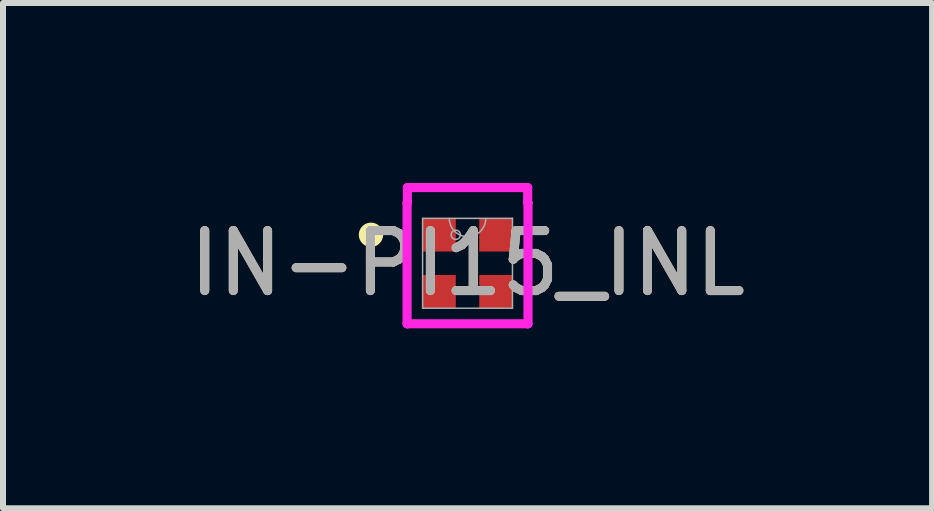
<source format=kicad_pcb>
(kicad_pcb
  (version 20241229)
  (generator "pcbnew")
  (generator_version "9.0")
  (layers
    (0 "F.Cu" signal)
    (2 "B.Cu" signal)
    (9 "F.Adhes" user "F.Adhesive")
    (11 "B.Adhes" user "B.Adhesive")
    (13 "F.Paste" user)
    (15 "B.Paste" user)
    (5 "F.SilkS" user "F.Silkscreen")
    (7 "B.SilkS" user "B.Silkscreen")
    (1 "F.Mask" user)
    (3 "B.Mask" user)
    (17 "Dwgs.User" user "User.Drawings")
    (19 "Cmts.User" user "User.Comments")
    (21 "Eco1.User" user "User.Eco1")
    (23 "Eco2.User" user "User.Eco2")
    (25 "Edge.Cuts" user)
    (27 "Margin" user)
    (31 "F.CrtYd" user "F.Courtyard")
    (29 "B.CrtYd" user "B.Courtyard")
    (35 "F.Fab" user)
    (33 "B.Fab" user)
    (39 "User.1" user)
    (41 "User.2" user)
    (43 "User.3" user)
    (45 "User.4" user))
  (footprint "IN-PI15_INL"
    (layer "F.Cu")
    (at 4.744 1.339)
    (property "Reference" "IN-PI15_INL" (at 0 0 0) (unlocked yes) (layer "F.SilkS") (effects (font (size 1 1) (thickness 0.15))))
    (attr smd)
    (fp_circle (center -1.61 -0.475) (end -1.483 -0.475) (stroke (width 0.152) (type solid)) (fill no) (layer "F.SilkS"))
    (fp_line (start -1.008 -1.008) (end -1.003 -1.008) (stroke (width 0.152) (type solid)) (layer "F.CrtYd"))
    (fp_line (start -1.008 1.008) (end -1.008 -1.008) (stroke (width 0.152) (type solid)) (layer "F.CrtYd"))
    (fp_line (start -1.008 1.008) (end -1.003 1.008) (stroke (width 0.152) (type solid)) (layer "F.CrtYd"))
    (fp_line (start -1.003 -1.262) (end 1.003 -1.262) (stroke (width 0.152) (type solid)) (layer "F.CrtYd"))
    (fp_line (start -1.003 -1.008) (end -1.003 -1.262) (stroke (width 0.152) (type solid)) (layer "F.CrtYd"))
    (fp_line (start -1.003 1.008) (end -1.003 1.008) (stroke (width 0.152) (type solid)) (layer "F.CrtYd"))
    (fp_line (start 1.003 -1.262) (end 1.003 -1.008) (stroke (width 0.152) (type solid)) (layer "F.CrtYd"))
    (fp_line (start 1.003 1.008) (end -1.003 1.008) (stroke (width 0.152) (type solid)) (layer "F.CrtYd"))
    (fp_line (start 1.003 1.008) (end 1.003 1.008) (stroke (width 0.152) (type solid)) (layer "F.CrtYd"))
    (fp_line (start 1.008 -1.008) (end 1.003 -1.008) (stroke (width 0.152) (type solid)) (layer "F.CrtYd"))
    (fp_line (start 1.008 -1.008) (end 1.008 1.008) (stroke (width 0.152) (type solid)) (layer "F.CrtYd"))
    (fp_line (start 1.008 1.008) (end 1.003 1.008) (stroke (width 0.152) (type solid)) (layer "F.CrtYd"))
    (fp_line (start -0.749 -0.749) (end -0.749 0.749) (stroke (width 0.025) (type solid)) (layer "F.Fab"))
    (fp_line (start -0.749 0.749) (end 0.749 0.749) (stroke (width 0.025) (type solid)) (layer "F.Fab"))
    (fp_line (start 0.749 -0.749) (end -0.749 -0.749) (stroke (width 0.025) (type solid)) (layer "F.Fab"))
    (fp_line (start 0.749 0.749) (end 0.749 -0.749) (stroke (width 0.025) (type solid)) (layer "F.Fab"))
    (fp_arc (start 0.3048 -0.7493) (mid 0 -0.4445) (end -0.3048 -0.7493) (stroke (width 0.0254) (type solid)) (layer "F.Fab"))
    (fp_circle (center -0.196 -0.475) (end -0.119 -0.475) (stroke (width 0.025) (type solid)) (fill no) (layer "F.Fab"))
    (fp_text user "${REFERENCE}" (at 0 0 0) (unlocked yes) (layer "F.Fab") (effects (font (size 1 1) (thickness 0.15))))
    (pad "1" smd rect (at -0.475 -0.475) (size 0.559 0.559) (layers "F.Cu" "F.Mask" "F.Paste"))
    (pad "2" smd rect (at -0.475 0.475) (size 0.559 0.559) (layers "F.Cu" "F.Mask" "F.Paste"))
    (pad "3" smd rect (at 0.475 0.475) (size 0.559 0.559) (layers "F.Cu" "F.Mask" "F.Paste"))
    (pad "4" smd rect (at 0.475 -0.475) (size 0.559 0.559) (layers "F.Cu" "F.Mask" "F.Paste")))
  (gr_rect
    (start -3 -3)
    (end 12.488 5.423)
    (stroke (width 0.1) (type default))
    (fill no)
    (layer "Edge.Cuts")))
</source>
